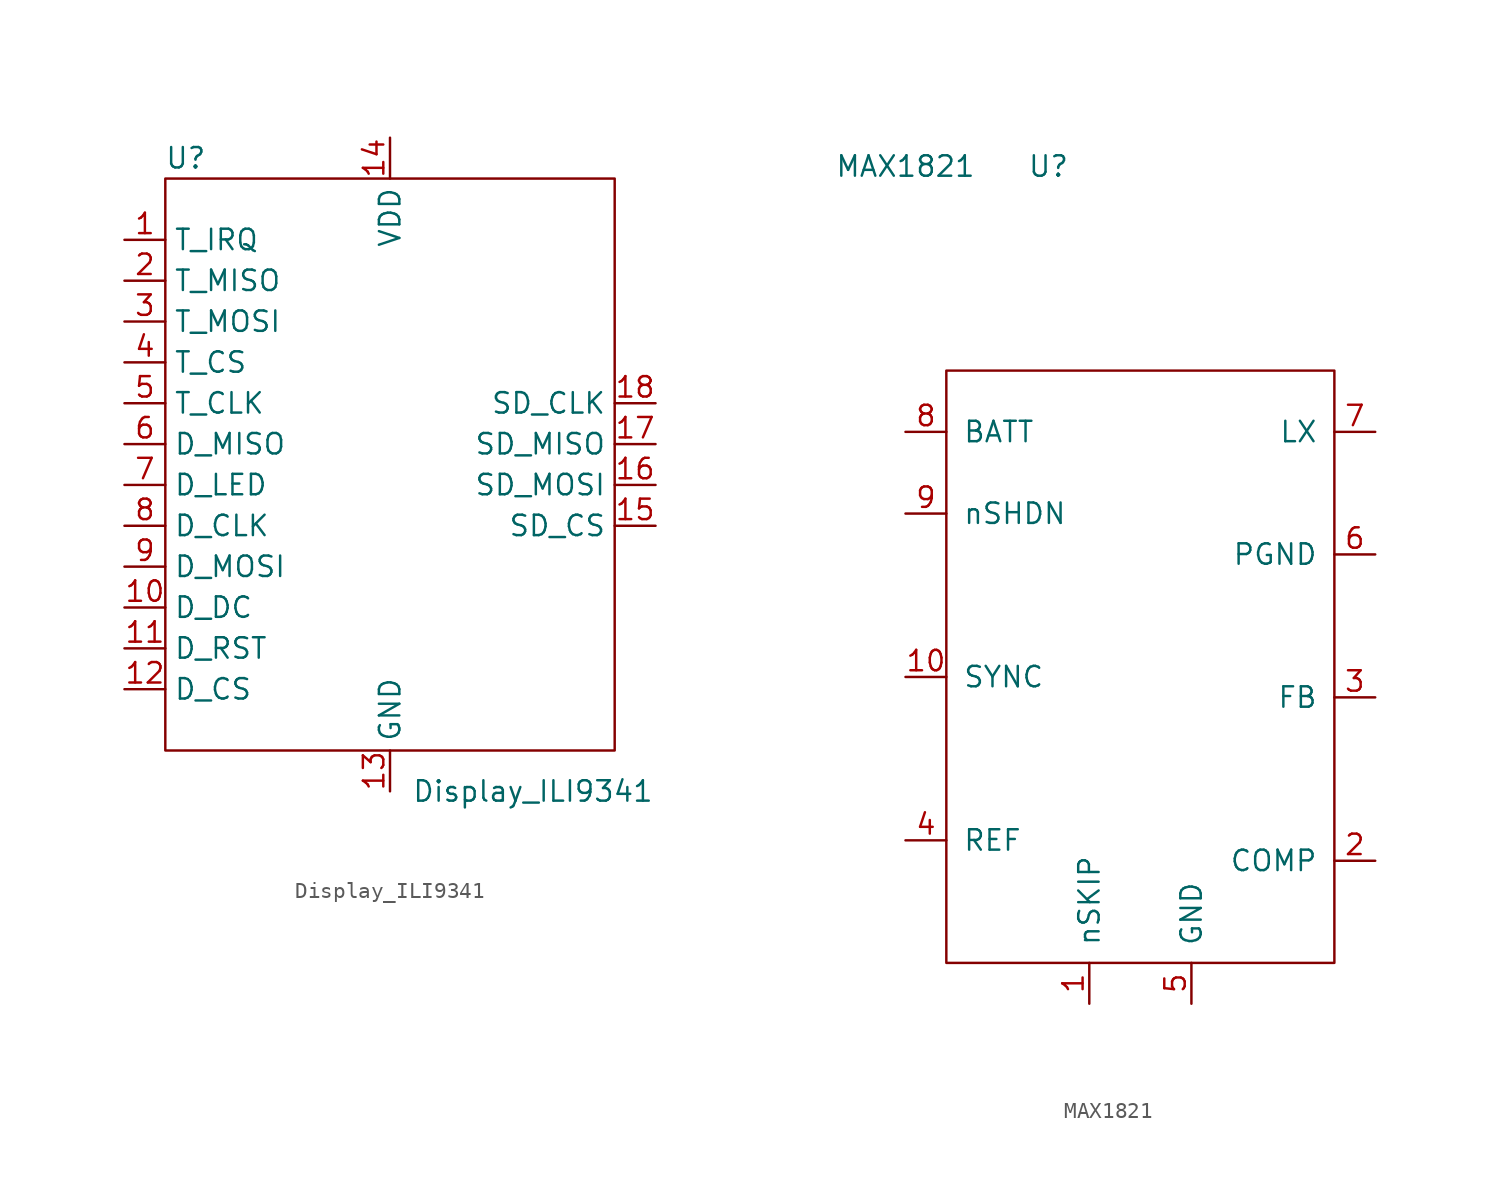
<source format=kicad_sym>
(kicad_symbol_lib
  (version 20211014)
  (generator kicad_symbol_editor)
  (symbol "Display_ILI9341"
    (property "Reference" "U"
      (at -12.7 19.05 0)
      (effects (font (size 1.27 1.27))))
    (property "Value" "Display_ILI9341"
      (at 8.89 -20.32 0)
      (effects (font (size 1.27 1.27))))
    (symbol "Display_ILI9341_0_0"
      (pin output line (at -16.51 13.97 0) (length 2.54) (name "T_IRQ" (effects (font (size 1.27 1.27)))) (number "1" (effects (font (size 1.27 1.27)))))
      (pin input line (at -16.51 -8.89 0) (length 2.54) (name "D_DC" (effects (font (size 1.27 1.27)))) (number "10" (effects (font (size 1.27 1.27)))))
      (pin input line (at -16.51 -11.43 0) (length 2.54) (name "D_RST" (effects (font (size 1.27 1.27)))) (number "11" (effects (font (size 1.27 1.27)))))
      (pin input line (at -16.51 -13.97 0) (length 2.54) (name "D_CS" (effects (font (size 1.27 1.27)))) (number "12" (effects (font (size 1.27 1.27)))))
      (pin power_in line (at 0 -20.32 90) (length 2.54) (name "GND" (effects (font (size 1.27 1.27)))) (number "13" (effects (font (size 1.27 1.27)))))
      (pin power_in line (at 0 20.32 270) (length 2.54) (name "VDD" (effects (font (size 1.27 1.27)))) (number "14" (effects (font (size 1.27 1.27)))))
      (pin input line (at 16.51 -3.81 180) (length 2.54) (name "SD_CS" (effects (font (size 1.27 1.27)))) (number "15" (effects (font (size 1.27 1.27)))))
      (pin input line (at 16.51 -1.27 180) (length 2.54) (name "SD_MOSI" (effects (font (size 1.27 1.27)))) (number "16" (effects (font (size 1.27 1.27)))))
      (pin output line (at 16.51 1.27 180) (length 2.54) (name "SD_MISO" (effects (font (size 1.27 1.27)))) (number "17" (effects (font (size 1.27 1.27)))))
      (pin input line (at 16.51 3.81 180) (length 2.54) (name "SD_CLK" (effects (font (size 1.27 1.27)))) (number "18" (effects (font (size 1.27 1.27)))))
      (pin output line (at -16.51 11.43 0) (length 2.54) (name "T_MISO" (effects (font (size 1.27 1.27)))) (number "2" (effects (font (size 1.27 1.27)))))
      (pin input line (at -16.51 8.89 0) (length 2.54) (name "T_MOSI" (effects (font (size 1.27 1.27)))) (number "3" (effects (font (size 1.27 1.27)))))
      (pin input line (at -16.51 6.35 0) (length 2.54) (name "T_CS" (effects (font (size 1.27 1.27)))) (number "4" (effects (font (size 1.27 1.27)))))
      (pin input line (at -16.51 3.81 0) (length 2.54) (name "T_CLK" (effects (font (size 1.27 1.27)))) (number "5" (effects (font (size 1.27 1.27)))))
      (pin output line (at -16.51 1.27 0) (length 2.54) (name "D_MISO" (effects (font (size 1.27 1.27)))) (number "6" (effects (font (size 1.27 1.27)))))
      (pin input line (at -16.51 -1.27 0) (length 2.54) (name "D_LED" (effects (font (size 1.27 1.27)))) (number "7" (effects (font (size 1.27 1.27)))))
      (pin input line (at -16.51 -3.81 0) (length 2.54) (name "D_CLK" (effects (font (size 1.27 1.27)))) (number "8" (effects (font (size 1.27 1.27)))))
      (pin input line (at -16.51 -6.35 0) (length 2.54) (name "D_MOSI" (effects (font (size 1.27 1.27)))) (number "9" (effects (font (size 1.27 1.27))))))
    (symbol "Display_ILI9341_0_1"
      (rectangle (start -13.97 17.78) (end 13.97 -17.78) (stroke (width 0) (type default) (color 0 0 0 0)) (fill (type none)))))
  (symbol "MAX1821"
    (pin_names
      (offset 1.016))
    (property "Reference" "U"
      (at -5.08 24.13 0)
      (effects (font (size 1.27 1.27))))
    (property "Value" "MAX1821"
      (at -13.97 24.13 0)
      (effects (font (size 1.27 1.27))))
    (symbol "MAX1821_0_0"
      (pin input line (at -2.54 -27.94 90) (length 2.54) (name "nSKIP" (effects (font (size 1.27 1.27)))) (number "1" (effects (font (size 1.27 1.27)))))
      (pin input line (at -13.97 -7.62 0) (length 2.54) (name "SYNC" (effects (font (size 1.27 1.27)))) (number "10" (effects (font (size 1.27 1.27)))))
      (pin passive line (at 15.24 -19.05 180) (length 2.54) (name "COMP" (effects (font (size 1.27 1.27)))) (number "2" (effects (font (size 1.27 1.27)))))
      (pin input line (at 15.24 -8.89 180) (length 2.54) (name "FB" (effects (font (size 1.27 1.27)))) (number "3" (effects (font (size 1.27 1.27)))))
      (pin passive line (at -13.97 -17.78 0) (length 2.54) (name "REF" (effects (font (size 1.27 1.27)))) (number "4" (effects (font (size 1.27 1.27)))))
      (pin input line (at 3.81 -27.94 90) (length 2.54) (name "GND" (effects (font (size 1.27 1.27)))) (number "5" (effects (font (size 1.27 1.27)))))
      (pin power_in line (at 15.24 0 180) (length 2.54) (name "PGND" (effects (font (size 1.27 1.27)))) (number "6" (effects (font (size 1.27 1.27)))))
      (pin power_out line (at 15.24 7.62 180) (length 2.54) (name "LX" (effects (font (size 1.27 1.27)))) (number "7" (effects (font (size 1.27 1.27)))))
      (pin power_in line (at -13.97 7.62 0) (length 2.54) (name "BATT" (effects (font (size 1.27 1.27)))) (number "8" (effects (font (size 1.27 1.27)))))
      (pin input line (at -13.97 2.54 0) (length 2.54) (name "nSHDN" (effects (font (size 1.27 1.27)))) (number "9" (effects (font (size 1.27 1.27))))))
    (symbol "MAX1821_0_1"
      (rectangle (start -11.43 11.43) (end 12.7 -25.4) (stroke (width 0) (type default) (color 0 0 0 0)) (fill (type none))))))
</source>
